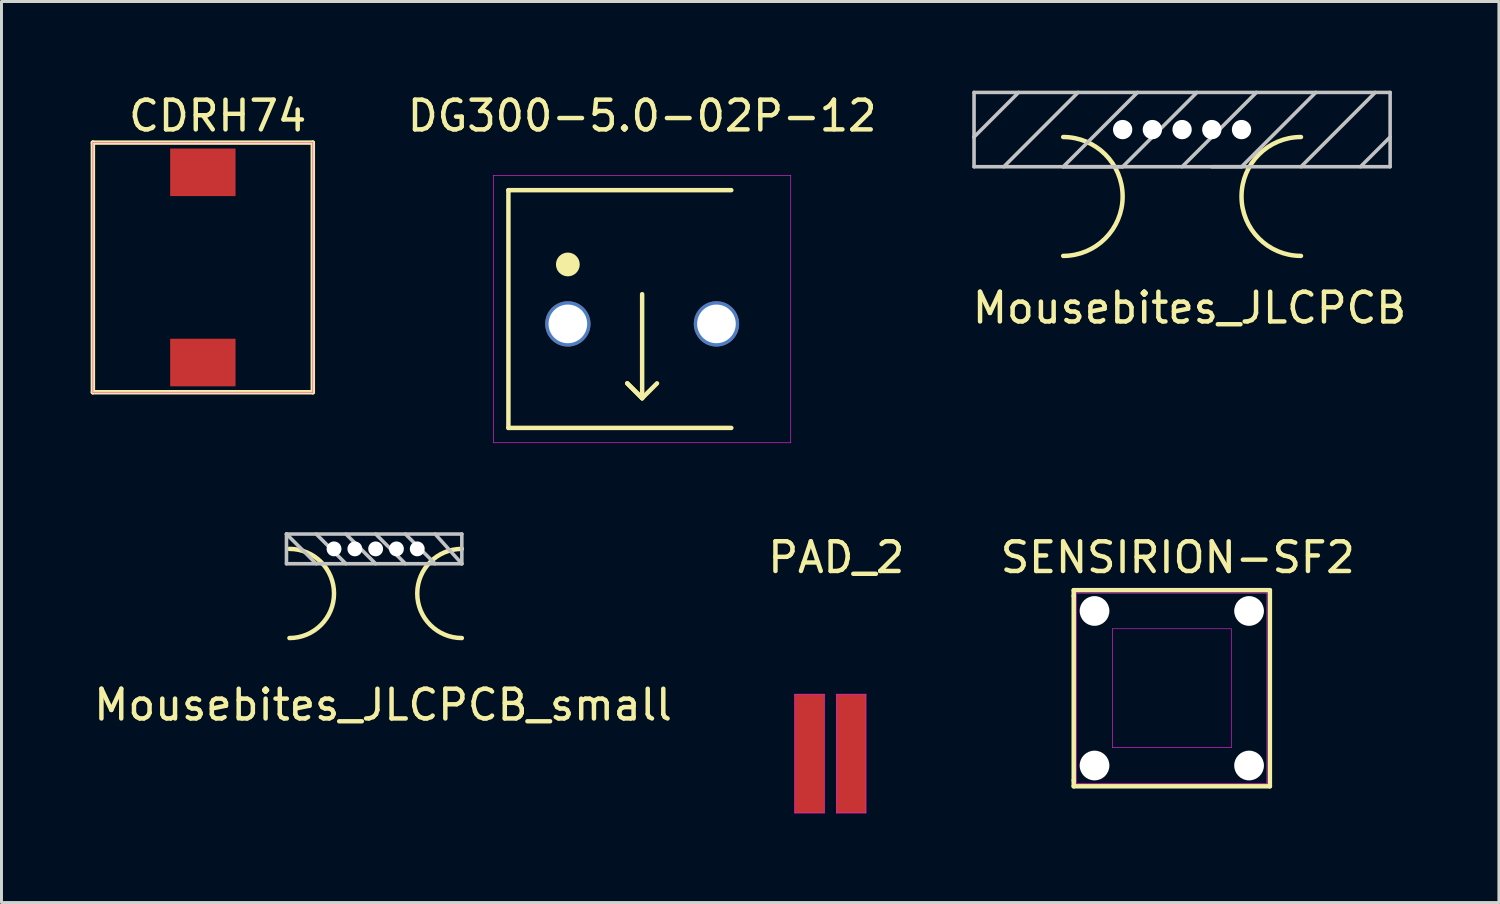
<source format=kicad_pcb>
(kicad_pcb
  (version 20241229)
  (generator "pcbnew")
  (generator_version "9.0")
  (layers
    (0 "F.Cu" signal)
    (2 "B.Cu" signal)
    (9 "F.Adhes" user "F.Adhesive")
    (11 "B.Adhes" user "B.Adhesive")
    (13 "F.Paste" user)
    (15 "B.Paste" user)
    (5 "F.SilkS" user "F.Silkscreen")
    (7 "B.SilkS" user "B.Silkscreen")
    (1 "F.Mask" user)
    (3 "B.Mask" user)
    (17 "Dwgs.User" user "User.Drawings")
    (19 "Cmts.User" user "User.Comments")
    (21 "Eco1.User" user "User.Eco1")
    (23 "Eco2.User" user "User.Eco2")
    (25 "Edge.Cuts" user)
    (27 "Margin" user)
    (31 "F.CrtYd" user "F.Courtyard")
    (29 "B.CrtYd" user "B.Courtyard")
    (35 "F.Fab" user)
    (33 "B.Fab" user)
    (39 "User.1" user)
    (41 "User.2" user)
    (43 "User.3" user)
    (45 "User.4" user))
  (footprint "SENSIRION-SF2"
    (layer "F.Cu")
    (at 36.377 20.107)
    (property "Reference" "SENSIRION-SF2" (at 0.2 -4.4 0) (layer "F.SilkS") (effects (font (size 1 1) (thickness 0.15))))
    (attr through_hole)
    (fp_line (start -3.3 -3.3) (end -3.3 -3.1) (stroke (width 0.15) (type solid)) (layer "F.SilkS"))
    (fp_line (start -3.3 -3.1) (end -3.3 3.1) (stroke (width 0.15) (type solid)) (layer "F.SilkS"))
    (fp_line (start -3.3 3.1) (end -3.3 3.3) (stroke (width 0.15) (type solid)) (layer "F.SilkS"))
    (fp_line (start -3.3 3.3) (end 3.3 3.3) (stroke (width 0.15) (type solid)) (layer "F.SilkS"))
    (fp_line (start 3.3 -3.3) (end -3.3 -3.3) (stroke (width 0.15) (type solid)) (layer "F.SilkS"))
    (fp_line (start 3.3 3.3) (end 3.3 -3.3) (stroke (width 0.15) (type solid)) (layer "F.SilkS"))
    (fp_line (start -3.2 -3.2) (end 3.2 -3.2) (stroke (width 0.02) (type solid)) (layer "F.CrtYd"))
    (fp_line (start -3.2 3.2) (end -3.2 -3.2) (stroke (width 0.02) (type solid)) (layer "F.CrtYd"))
    (fp_line (start -2 -2) (end -2 2) (stroke (width 0.02) (type solid)) (layer "F.CrtYd"))
    (fp_line (start -2 -2) (end 2 -2) (stroke (width 0.02) (type solid)) (layer "F.CrtYd"))
    (fp_line (start -2 2) (end 2 2) (stroke (width 0.02) (type solid)) (layer "F.CrtYd"))
    (fp_line (start 2 -2) (end 2 2) (stroke (width 0.02) (type solid)) (layer "F.CrtYd"))
    (fp_line (start 3.2 -3.2) (end 3.2 3.2) (stroke (width 0.02) (type solid)) (layer "F.CrtYd"))
    (fp_line (start 3.2 3.2) (end -3.2 3.2) (stroke (width 0.02) (type solid)) (layer "F.CrtYd"))
    (pad "" np_thru_hole circle (at -2.6 -2.6) (size 1 1) (drill 1) (layers "*.Cu" "*.Mask"))
    (pad "" np_thru_hole circle (at -2.6 2.6) (size 1 1) (drill 1) (layers "*.Cu" "*.Mask"))
    (pad "" np_thru_hole circle (at 2.6 -2.6) (size 1 1) (drill 1) (layers "*.Cu" "*.Mask"))
    (pad "" np_thru_hole circle (at 2.6 2.6) (size 1 1) (drill 1) (layers "*.Cu" "*.Mask")))
  (footprint "Mousebites_JLCPCB"
    (layer "F.Cu")
    (at 36.723 3.56)
    (property "Reference" "Mousebites_JLCPCB" (at 0.25 3.75 0) (layer "F.SilkS") (effects (font (size 1 1) (thickness 0.15))))
    (attr through_hole)
    (fp_arc (start -4 -2) (mid -2 0) (end -4 2) (stroke (width 0.15) (type solid)) (layer "F.SilkS"))
    (fp_arc (start 4 2) (mid 2 0) (end 4 -2) (stroke (width 0.15) (type solid)) (layer "F.SilkS"))
    (fp_line (start -7 -3.5) (end 7 -3.5) (stroke (width 0.12) (type solid)) (layer "Dwgs.User"))
    (fp_line (start -7 -2) (end -7 -3.5) (stroke (width 0.12) (type solid)) (layer "Dwgs.User"))
    (fp_line (start -7 -1) (end -7 -2) (stroke (width 0.12) (type solid)) (layer "Dwgs.User"))
    (fp_line (start -5.5 -3.5) (end -7 -2) (stroke (width 0.12) (type solid)) (layer "Dwgs.User"))
    (fp_line (start -4 -1) (end -1.5 -3.5) (stroke (width 0.12) (type solid)) (layer "Dwgs.User"))
    (fp_line (start -3.5 -3.5) (end -6 -1) (stroke (width 0.12) (type solid)) (layer "Dwgs.User"))
    (fp_line (start -2 -1) (end -4 -1) (stroke (width 0.12) (type solid)) (layer "Dwgs.User"))
    (fp_line (start 0 -1) (end 2.5 -3.5) (stroke (width 0.12) (type solid)) (layer "Dwgs.User"))
    (fp_line (start 0.5 -3.5) (end -2 -1) (stroke (width 0.12) (type solid)) (layer "Dwgs.User"))
    (fp_line (start 2 -1) (end 1 -1) (stroke (width 0.12) (type solid)) (layer "Dwgs.User"))
    (fp_line (start 4.5 -3.5) (end 2 -1) (stroke (width 0.12) (type solid)) (layer "Dwgs.User"))
    (fp_line (start 6.5 -3.5) (end 4 -1) (stroke (width 0.12) (type solid)) (layer "Dwgs.User"))
    (fp_line (start 7 -3.5) (end 7 -1) (stroke (width 0.12) (type solid)) (layer "Dwgs.User"))
    (fp_line (start 7 -2) (end 6 -1) (stroke (width 0.12) (type solid)) (layer "Dwgs.User"))
    (fp_line (start 7 -1) (end -7 -1) (stroke (width 0.12) (type solid)) (layer "Dwgs.User"))
    (fp_text user "KEEP OUT AREA" (at 0 0 0) (layer "Eco1.User") (effects (font (size 1 1) (thickness 0.15))))
    (pad "" np_thru_hole circle (at -2 -2.25) (size 0.65 0.65) (drill 0.65) (layers "*.Cu" "*.Mask"))
    (pad "" np_thru_hole circle (at -1 -2.25) (size 0.65 0.65) (drill 0.65) (layers "*.Cu" "*.Mask"))
    (pad "" np_thru_hole circle (at 0 -2.25) (size 0.65 0.65) (drill 0.65) (layers "*.Cu" "*.Mask"))
    (pad "" np_thru_hole circle (at 1 -2.25) (size 0.65 0.65) (drill 0.65) (layers "*.Cu" "*.Mask"))
    (pad "" np_thru_hole circle (at 2 -2.25) (size 0.65 0.65) (drill 0.65) (layers "*.Cu" "*.Mask")))
  (footprint "PAD_2"
    (layer "F.Cu")
    (at 24.889 22.306)
    (property "Reference" "PAD_2" (at 0.2 -6.6 0) (layer "F.SilkS") (effects (font (size 1 1) (thickness 0.15))))
    (attr through_hole)
    (fp_line (start -1.2 -2) (end -1.2 2) (stroke (width 0.02) (type solid)) (layer "F.CrtYd"))
    (fp_line (start -1.2 2) (end -0.2 2) (stroke (width 0.02) (type solid)) (layer "F.CrtYd"))
    (fp_line (start -0.2 -2) (end -1.2 -2) (stroke (width 0.02) (type solid)) (layer "F.CrtYd"))
    (fp_line (start -0.2 2) (end -0.2 -2) (stroke (width 0.02) (type solid)) (layer "F.CrtYd"))
    (fp_line (start 0.2 -2) (end 0.2 2) (stroke (width 0.02) (type solid)) (layer "F.CrtYd"))
    (fp_line (start 0.2 2) (end 1.2 2) (stroke (width 0.02) (type solid)) (layer "F.CrtYd"))
    (fp_line (start 1.2 -2) (end 0.2 -2) (stroke (width 0.02) (type solid)) (layer "F.CrtYd"))
    (fp_line (start 1.2 2) (end 1.2 -2) (stroke (width 0.02) (type solid)) (layer "F.CrtYd"))
    (pad "1" smd rect (at -0.7 0 90) (size 4 1) (layers "F.Cu" "F.Mask" "F.Paste"))
    (pad "2" smd rect (at 0.7 0 90) (size 4 1) (layers "F.Cu" "F.Mask" "F.Paste")))
  (footprint "Mousebites_JLCPCB_small"
    (layer "F.Cu")
    (at 9.589 16.918)
    (property "Reference" "Mousebites_JLCPCB_small" (at 0.25 3.75 0) (layer "F.SilkS") (effects (font (size 1 1) (thickness 0.15))))
    (attr through_hole)
    (fp_arc (start -2.9 -1.5) (mid -1.4 0) (end -2.9 1.5) (stroke (width 0.15) (type solid)) (layer "F.SilkS"))
    (fp_arc (start 2.9 1.5) (mid 1.4 0) (end 2.9 -1.5) (stroke (width 0.15) (type solid)) (layer "F.SilkS"))
    (fp_line (start -3 -2) (end -2 -1) (stroke (width 0.12) (type solid)) (layer "Dwgs.User"))
    (fp_line (start -3 -2) (end 2.9 -2) (stroke (width 0.12) (type solid)) (layer "Dwgs.User"))
    (fp_line (start -3 -1) (end -3 -2) (stroke (width 0.12) (type solid)) (layer "Dwgs.User"))
    (fp_line (start -2 -2) (end -1 -1) (stroke (width 0.12) (type solid)) (layer "Dwgs.User"))
    (fp_line (start -1 -2) (end 0 -1) (stroke (width 0.12) (type solid)) (layer "Dwgs.User"))
    (fp_line (start 0 -2) (end 1 -1) (stroke (width 0.12) (type solid)) (layer "Dwgs.User"))
    (fp_line (start 1 -2) (end 2 -1) (stroke (width 0.12) (type solid)) (layer "Dwgs.User"))
    (fp_line (start 2 -2) (end 2.9 -1) (stroke (width 0.12) (type solid)) (layer "Dwgs.User"))
    (fp_line (start 2.9 -2) (end 2.9 -1) (stroke (width 0.12) (type solid)) (layer "Dwgs.User"))
    (fp_line (start 2.9 -1) (end -3 -1) (stroke (width 0.12) (type solid)) (layer "Dwgs.User"))
    (fp_text user "KEEP OUT AREA" (at 0 0 0) (layer "Eco1.User") (effects (font (size 1 1) (thickness 0.15))))
    (pad "" np_thru_hole circle (at -1.4 -1.5) (size 0.5 0.5) (drill 0.5) (layers "*.Cu" "*.Mask"))
    (pad "" np_thru_hole circle (at -0.7 -1.5) (size 0.5 0.5) (drill 0.5) (layers "*.Cu" "*.Mask"))
    (pad "" np_thru_hole circle (at 0 -1.5) (size 0.5 0.5) (drill 0.5) (layers "*.Cu" "*.Mask"))
    (pad "" np_thru_hole circle (at 0.7 -1.5) (size 0.5 0.5) (drill 0.5) (layers "*.Cu" "*.Mask"))
    (pad "" np_thru_hole circle (at 1.4 -1.5) (size 0.5 0.5) (drill 0.5) (layers "*.Cu" "*.Mask")))
  (footprint "DG300-5.0-02P-12"
    (layer "F.Cu")
    (at 18.556 7.848)
    (property "Reference" "DG300-5.0-02P-12" (at 0 -7 0) (layer "F.SilkS") (effects (font (size 1 1) (thickness 0.15))))
    (attr through_hole)
    (fp_line (start -4.5 -4.5) (end -4.5 3.5) (stroke (width 0.15) (type solid)) (layer "F.SilkS"))
    (fp_line (start -4.5 -4.5) (end 3 -4.5) (stroke (width 0.15) (type solid)) (layer "F.SilkS"))
    (fp_line (start -4.5 3.5) (end 3 3.5) (stroke (width 0.15) (type solid)) (layer "F.SilkS"))
    (fp_line (start -0.5 2) (end 0 2.5) (stroke (width 0.15) (type solid)) (layer "F.SilkS"))
    (fp_line (start 0 -1) (end 0 2.5) (stroke (width 0.15) (type solid)) (layer "F.SilkS"))
    (fp_line (start 0 2.5) (end -0.5 2) (stroke (width 0.15) (type solid)) (layer "F.SilkS"))
    (fp_line (start 0 2.5) (end 0.5 2) (stroke (width 0.15) (type solid)) (layer "F.SilkS"))
    (fp_circle (center -2.5 -2) (end -2.3 -2) (stroke (width 0.4) (type solid)) (fill no) (layer "F.SilkS"))
    (fp_line (start -5 -5) (end -5 4) (stroke (width 0.02) (type solid)) (layer "F.CrtYd"))
    (fp_line (start -5 -5) (end 5 -5) (stroke (width 0.02) (type solid)) (layer "F.CrtYd"))
    (fp_line (start -5 4) (end 5 4) (stroke (width 0.02) (type solid)) (layer "F.CrtYd"))
    (fp_line (start 5 4) (end 5 -5) (stroke (width 0.02) (type solid)) (layer "F.CrtYd"))
    (pad "1" thru_hole circle (at -2.5 0) (size 1.524 1.524) (drill 1.3) (layers "*.Cu" "*.Mask"))
    (pad "2" thru_hole circle (at 2.5 0) (size 1.524 1.524) (drill 1.3) (layers "*.Cu" "*.Mask")))
  (footprint "CDRH74"
    (layer "F.Cu")
    (at 3.775 5.948)
    (property "Reference" "CDRH74" (at 0.5 -5.1 0) (layer "F.SilkS") (effects (font (size 1 1) (thickness 0.15))))
    (attr smd)
    (fp_line (start -3.7 -4.2) (end 3.7 -4.2) (stroke (width 0.15) (type solid)) (layer "F.SilkS"))
    (fp_line (start -3.7 4.2) (end -3.7 -4.2) (stroke (width 0.15) (type solid)) (layer "F.SilkS"))
    (fp_line (start 3.7 -4.2) (end 3.7 4.2) (stroke (width 0.15) (type solid)) (layer "F.SilkS"))
    (fp_line (start 3.7 4.2) (end -3.7 4.2) (stroke (width 0.15) (type solid)) (layer "F.SilkS"))
    (fp_line (start -3.7 -4.2) (end 3.7 -4.2) (stroke (width 0.02) (type solid)) (layer "F.CrtYd"))
    (fp_line (start -3.7 4.2) (end -3.7 -4.2) (stroke (width 0.02) (type solid)) (layer "F.CrtYd"))
    (fp_line (start 3.7 -4.2) (end 3.7 4.2) (stroke (width 0.02) (type solid)) (layer "F.CrtYd"))
    (fp_line (start 3.7 4.2) (end -3.7 4.2) (stroke (width 0.02) (type solid)) (layer "F.CrtYd"))
    (pad "1" smd rect (at 0 -3.2) (size 2.2 1.6) (layers "F.Cu" "F.Mask" "F.Paste"))
    (pad "2" smd rect (at 0 3.2) (size 2.2 1.6) (layers "F.Cu" "F.Mask" "F.Paste")))
  (gr_rect
    (start -3 -3)
    (end 47.383 27.317)
    (stroke (width 0.1) (type default))
    (fill no)
    (layer "Edge.Cuts")))
</source>
